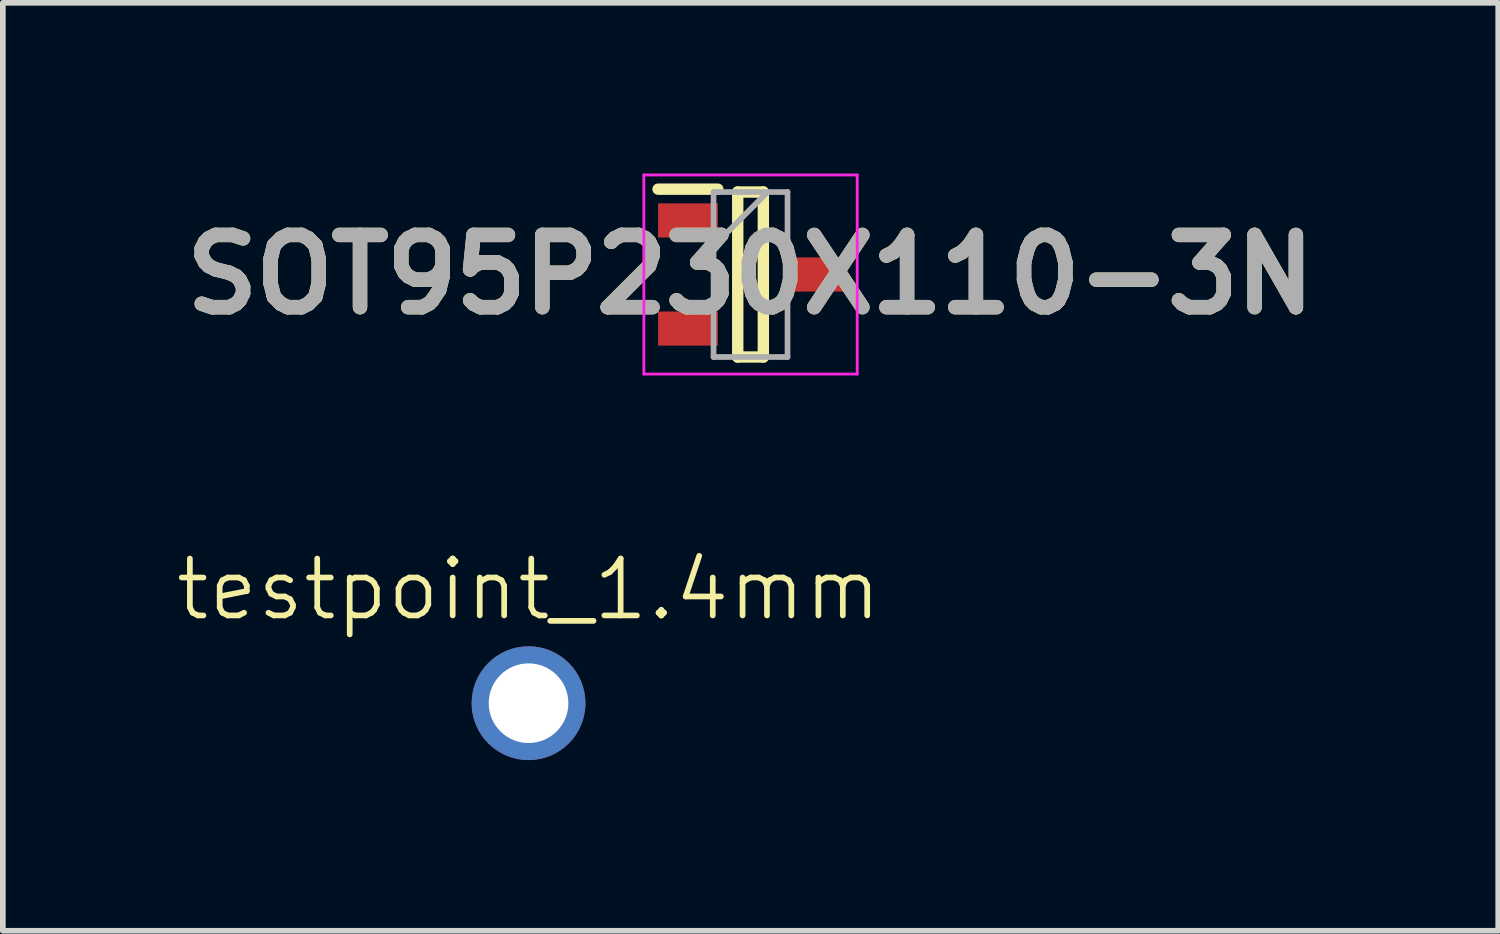
<source format=kicad_pcb>
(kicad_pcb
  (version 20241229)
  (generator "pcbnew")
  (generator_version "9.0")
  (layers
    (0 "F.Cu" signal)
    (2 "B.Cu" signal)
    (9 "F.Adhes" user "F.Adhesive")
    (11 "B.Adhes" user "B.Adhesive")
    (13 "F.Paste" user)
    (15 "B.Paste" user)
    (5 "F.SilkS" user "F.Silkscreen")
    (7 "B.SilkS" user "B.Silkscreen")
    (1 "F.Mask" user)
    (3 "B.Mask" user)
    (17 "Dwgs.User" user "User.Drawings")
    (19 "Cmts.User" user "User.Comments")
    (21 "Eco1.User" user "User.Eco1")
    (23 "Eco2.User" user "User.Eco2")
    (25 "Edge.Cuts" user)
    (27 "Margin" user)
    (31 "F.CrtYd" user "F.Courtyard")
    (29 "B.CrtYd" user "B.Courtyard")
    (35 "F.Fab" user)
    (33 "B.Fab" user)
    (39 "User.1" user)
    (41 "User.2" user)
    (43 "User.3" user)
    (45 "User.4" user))
  (footprint "testpoint_1.4mm"
    (layer "F.Cu")
    (at 6.24 9.31)
    (property "Reference" "testpoint_1.4mm" (at 0 -2 0) (unlocked yes) (layer "F.SilkS") (effects (font (size 1 1) (thickness 0.1))))
    (attr smd)
    (pad "1" thru_hole circle (at 0 0) (size 2 2) (drill 1.4) (layers "*.Cu" "*.Mask")))
  (footprint "SOT95P230X110-3N"
    (layer "F.Cu")
    (at 10.142 1.775)
    (property "Reference" "SOT95P230X110-3N" (at 0 0 0) (layer "F.SilkS") (effects (font (size 1.27 1.27) (thickness 0.254))))
    (attr smd)
    (fp_line (start -1.625 -1.5) (end -0.575 -1.5) (stroke (width 0.2) (type solid)) (layer "F.SilkS"))
    (fp_line (start -0.225 -1.45) (end 0.225 -1.45) (stroke (width 0.2) (type solid)) (layer "F.SilkS"))
    (fp_line (start -0.225 1.45) (end -0.225 -1.45) (stroke (width 0.2) (type solid)) (layer "F.SilkS"))
    (fp_line (start 0.225 -1.45) (end 0.225 1.45) (stroke (width 0.2) (type solid)) (layer "F.SilkS"))
    (fp_line (start 0.225 1.45) (end -0.225 1.45) (stroke (width 0.2) (type solid)) (layer "F.SilkS"))
    (fp_line (start -1.875 -1.75) (end 1.875 -1.75) (stroke (width 0.05) (type solid)) (layer "F.CrtYd"))
    (fp_line (start -1.875 1.75) (end -1.875 -1.75) (stroke (width 0.05) (type solid)) (layer "F.CrtYd"))
    (fp_line (start 1.875 -1.75) (end 1.875 1.75) (stroke (width 0.05) (type solid)) (layer "F.CrtYd"))
    (fp_line (start 1.875 1.75) (end -1.875 1.75) (stroke (width 0.05) (type solid)) (layer "F.CrtYd"))
    (fp_line (start -0.65 -1.45) (end 0.65 -1.45) (stroke (width 0.1) (type solid)) (layer "F.Fab"))
    (fp_line (start -0.65 -0.5) (end 0.3 -1.45) (stroke (width 0.1) (type solid)) (layer "F.Fab"))
    (fp_line (start -0.65 1.45) (end -0.65 -1.45) (stroke (width 0.1) (type solid)) (layer "F.Fab"))
    (fp_line (start 0.65 -1.45) (end 0.65 1.45) (stroke (width 0.1) (type solid)) (layer "F.Fab"))
    (fp_line (start 0.65 1.45) (end -0.65 1.45) (stroke (width 0.1) (type solid)) (layer "F.Fab"))
    (fp_text user "${REFERENCE}" (at 0 0 0) (layer "F.Fab") (effects (font (size 1.27 1.27) (thickness 0.254))))
    (pad "1" smd rect (at -1.1 -0.95 90) (size 0.6 1.05) (layers "F.Cu" "F.Mask" "F.Paste"))
    (pad "2" smd rect (at -1.1 0.95 90) (size 0.6 1.05) (layers "F.Cu" "F.Mask" "F.Paste"))
    (pad "3" smd rect (at 1.1 0 90) (size 0.6 1.05) (layers "F.Cu" "F.Mask" "F.Paste")))
  (gr_rect
    (start -3 -3)
    (end 23.284 13.31)
    (stroke (width 0.1) (type default))
    (fill no)
    (layer "Edge.Cuts")))
</source>
